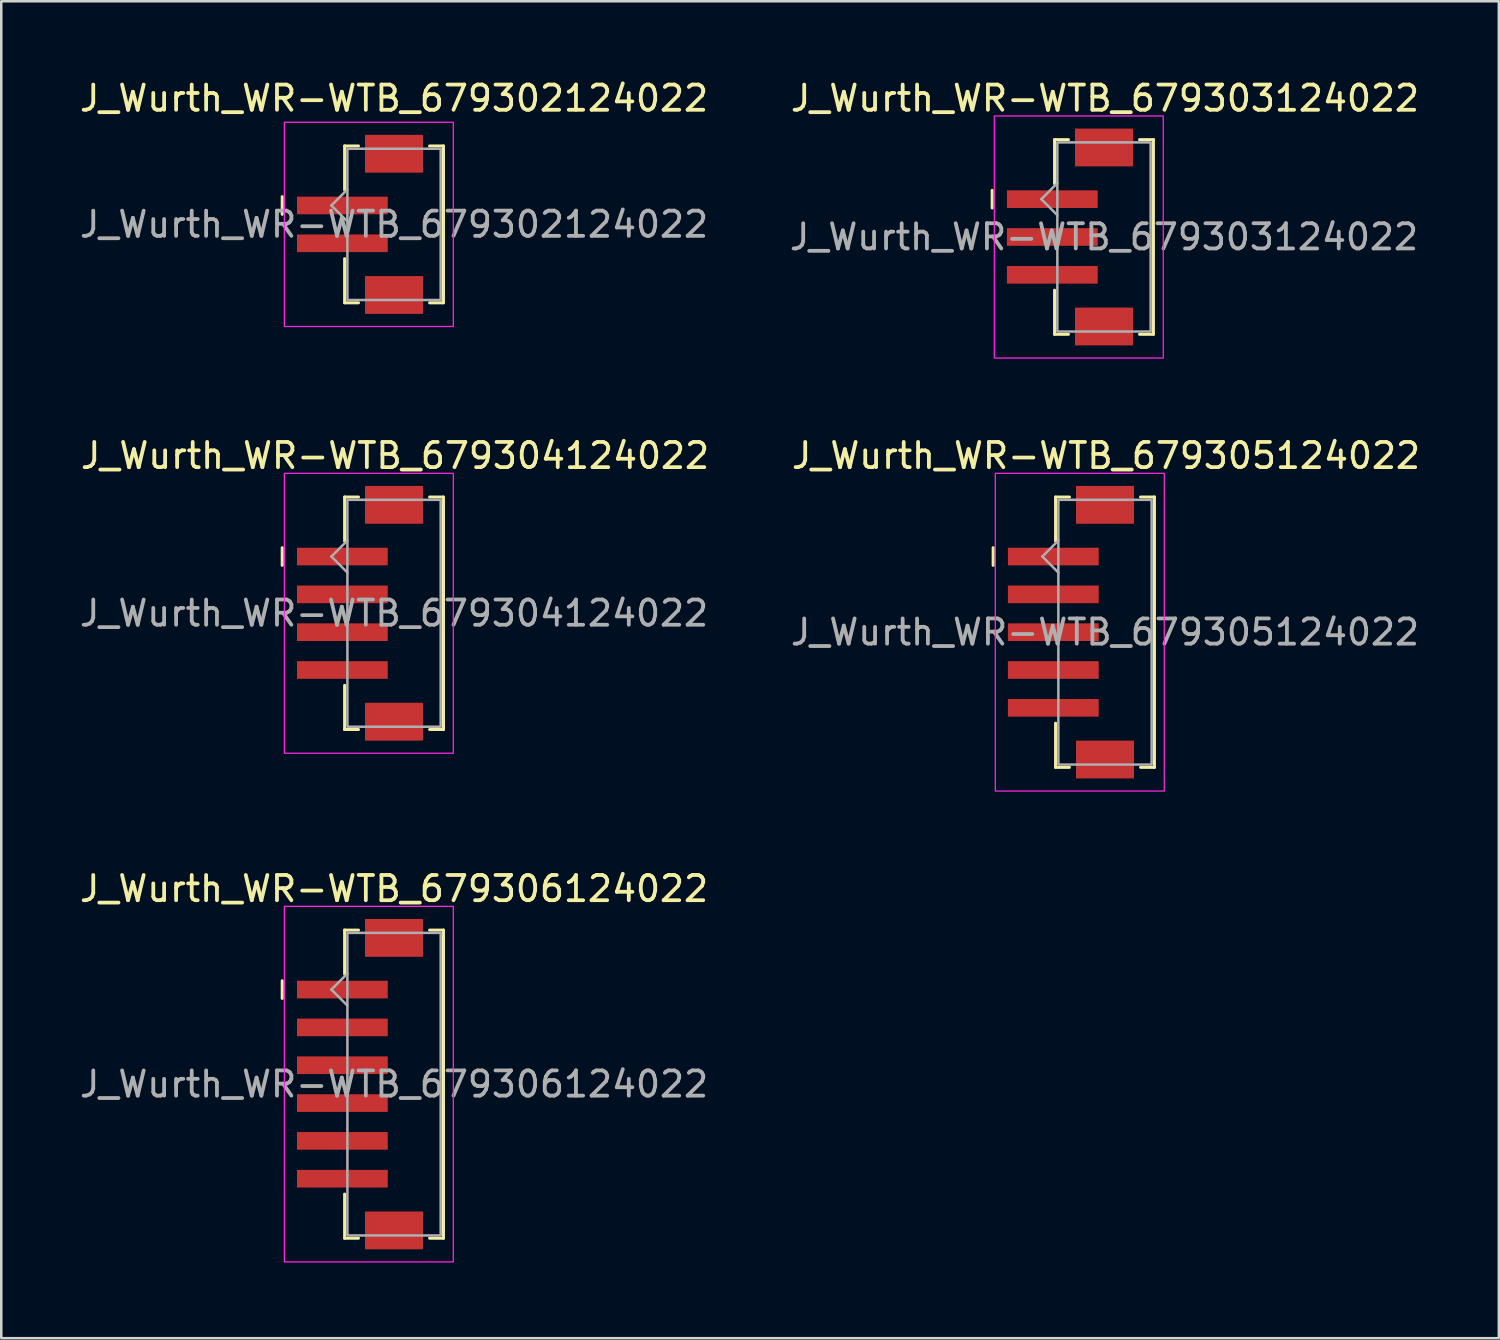
<source format=kicad_pcb>
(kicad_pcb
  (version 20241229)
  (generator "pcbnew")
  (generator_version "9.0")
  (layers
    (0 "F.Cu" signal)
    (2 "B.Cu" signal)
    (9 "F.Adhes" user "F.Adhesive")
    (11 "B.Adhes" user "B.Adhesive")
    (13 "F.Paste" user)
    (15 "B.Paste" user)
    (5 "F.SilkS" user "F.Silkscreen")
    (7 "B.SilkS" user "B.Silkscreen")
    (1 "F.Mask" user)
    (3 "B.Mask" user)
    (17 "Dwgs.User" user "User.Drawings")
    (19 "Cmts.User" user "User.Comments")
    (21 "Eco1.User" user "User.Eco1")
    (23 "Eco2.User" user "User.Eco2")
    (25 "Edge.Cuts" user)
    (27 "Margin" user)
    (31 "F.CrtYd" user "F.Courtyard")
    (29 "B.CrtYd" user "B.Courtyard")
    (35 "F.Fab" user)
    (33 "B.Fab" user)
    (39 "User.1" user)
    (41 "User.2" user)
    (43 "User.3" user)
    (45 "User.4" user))
  (footprint "J_Wurth_WR-WTB_679304124022"
    (layer "F.Cu")
    (at 12.577 21.271)
    (property "Reference" "J_Wurth_WR-WTB_679304124022" (at 0.04 -6.25 0) (unlocked yes) (layer "F.SilkS") (effects (font (size 1 1) (thickness 0.15))))
    (attr smd)
    (fp_line (start -4.435 -1.9) (end -4.435 -2.6) (stroke (width 0.12) (type solid)) (layer "F.SilkS"))
    (fp_line (start -1.96 -4.61) (end -1.41 -4.61) (stroke (width 0.12) (type solid)) (layer "F.SilkS"))
    (fp_line (start -1.96 -2.86) (end -1.96 -4.61) (stroke (width 0.12) (type solid)) (layer "F.SilkS"))
    (fp_line (start -1.96 4.61) (end -1.96 2.86) (stroke (width 0.12) (type solid)) (layer "F.SilkS"))
    (fp_line (start -1.96 4.61) (end -1.41 4.61) (stroke (width 0.12) (type solid)) (layer "F.SilkS"))
    (fp_line (start 1.41 -4.61) (end 1.96 -4.61) (stroke (width 0.12) (type solid)) (layer "F.SilkS"))
    (fp_line (start 1.96 -4.61) (end 1.96 4.61) (stroke (width 0.12) (type default)) (layer "F.SilkS"))
    (fp_line (start 1.96 4.61) (end 1.41 4.61) (stroke (width 0.12) (type solid)) (layer "F.SilkS"))
    (fp_rect (start -4.35 -5.55) (end 2.35 5.55) (stroke (width 0.05) (type solid)) (fill no) (layer "F.CrtYd"))
    (fp_line (start -2.485 -2.25) (end -1.85 -1.615) (stroke (width 0.1) (type default)) (layer "F.Fab"))
    (fp_line (start -1.85 -2.885) (end -2.485 -2.25) (stroke (width 0.1) (type default)) (layer "F.Fab"))
    (fp_rect (start -1.85 -4.5) (end 1.85 4.5) (stroke (width 0.1) (type solid)) (fill no) (layer "F.Fab"))
    (fp_text user "${REFERENCE}" (at 0 0 0) (unlocked yes) (layer "F.Fab") (effects (font (size 1 1) (thickness 0.15))))
    (pad "1" smd rect (at -2.05 -2.25 270) (size 0.7 3.6) (layers "F.Cu" "F.Mask" "F.Paste"))
    (pad "2" smd rect (at -2.05 -0.75 270) (size 0.7 3.6) (layers "F.Cu" "F.Mask" "F.Paste"))
    (pad "3" smd rect (at -2.05 0.75 270) (size 0.7 3.6) (layers "F.Cu" "F.Mask" "F.Paste"))
    (pad "4" smd rect (at -2.05 2.25 270) (size 0.7 3.6) (layers "F.Cu" "F.Mask" "F.Paste"))
    (pad "MP1" smd rect (at 0 4.3 270) (size 1.5 2.3) (layers "F.Cu" "F.Mask" "F.Paste"))
    (pad "MP2" smd rect (at 0 -4.3 270) (size 1.5 2.3) (layers "F.Cu" "F.Mask" "F.Paste")))
  (footprint "J_Wurth_WR-WTB_679302124022"
    (layer "F.Cu")
    (at 12.577 5.848)
    (property "Reference" "J_Wurth_WR-WTB_679302124022" (at 0 -5 0) (unlocked yes) (layer "F.SilkS") (effects (font (size 1 1) (thickness 0.15))))
    (attr smd)
    (fp_line (start -4.435 -0.4) (end -4.435 -1.1) (stroke (width 0.12) (type solid)) (layer "F.SilkS"))
    (fp_line (start -1.96 -3.11) (end -1.41 -3.11) (stroke (width 0.12) (type solid)) (layer "F.SilkS"))
    (fp_line (start -1.96 -1.36) (end -1.96 -3.11) (stroke (width 0.12) (type solid)) (layer "F.SilkS"))
    (fp_line (start -1.96 3.11) (end -1.96 1.36) (stroke (width 0.12) (type solid)) (layer "F.SilkS"))
    (fp_line (start -1.96 3.11) (end -1.41 3.11) (stroke (width 0.12) (type solid)) (layer "F.SilkS"))
    (fp_line (start 1.41 -3.11) (end 1.96 -3.11) (stroke (width 0.12) (type solid)) (layer "F.SilkS"))
    (fp_line (start 1.96 -3.11) (end 1.96 3.11) (stroke (width 0.12) (type default)) (layer "F.SilkS"))
    (fp_line (start 1.96 3.11) (end 1.41 3.11) (stroke (width 0.12) (type solid)) (layer "F.SilkS"))
    (fp_rect (start -4.35 -4.05) (end 2.35 4.05) (stroke (width 0.05) (type solid)) (fill no) (layer "F.CrtYd"))
    (fp_line (start -2.485 -0.75) (end -1.85 -0.115) (stroke (width 0.1) (type default)) (layer "F.Fab"))
    (fp_line (start -1.85 -1.385) (end -2.485 -0.75) (stroke (width 0.1) (type default)) (layer "F.Fab"))
    (fp_rect (start -1.85 -3) (end 1.85 3) (stroke (width 0.1) (type solid)) (fill no) (layer "F.Fab"))
    (fp_text user "${REFERENCE}" (at 0 0 0) (unlocked yes) (layer "F.Fab") (effects (font (size 1 1) (thickness 0.15))))
    (pad "1" smd rect (at -2.05 -0.75 270) (size 0.7 3.6) (layers "F.Cu" "F.Mask" "F.Paste"))
    (pad "2" smd rect (at -2.05 0.75 270) (size 0.7 3.6) (layers "F.Cu" "F.Mask" "F.Paste"))
    (pad "MP1" smd rect (at 0 2.8 270) (size 1.5 2.3) (layers "F.Cu" "F.Mask" "F.Paste"))
    (pad "MP2" smd rect (at 0 -2.8 270) (size 1.5 2.3) (layers "F.Cu" "F.Mask" "F.Paste")))
  (footprint "J_Wurth_WR-WTB_679305124022"
    (layer "F.Cu")
    (at 40.772 22.021)
    (property "Reference" "J_Wurth_WR-WTB_679305124022" (at 0.04 -7 0) (unlocked yes) (layer "F.SilkS") (effects (font (size 1 1) (thickness 0.15))))
    (attr smd)
    (fp_line (start -4.435 -2.65) (end -4.435 -3.35) (stroke (width 0.12) (type solid)) (layer "F.SilkS"))
    (fp_line (start -1.96 -5.36) (end -1.41 -5.36) (stroke (width 0.12) (type solid)) (layer "F.SilkS"))
    (fp_line (start -1.96 -3.61) (end -1.96 -5.36) (stroke (width 0.12) (type solid)) (layer "F.SilkS"))
    (fp_line (start -1.96 5.36) (end -1.96 3.61) (stroke (width 0.12) (type solid)) (layer "F.SilkS"))
    (fp_line (start -1.96 5.36) (end -1.41 5.36) (stroke (width 0.12) (type solid)) (layer "F.SilkS"))
    (fp_line (start 1.41 -5.36) (end 1.96 -5.36) (stroke (width 0.12) (type solid)) (layer "F.SilkS"))
    (fp_line (start 1.96 -5.36) (end 1.96 5.36) (stroke (width 0.12) (type default)) (layer "F.SilkS"))
    (fp_line (start 1.96 5.36) (end 1.41 5.36) (stroke (width 0.12) (type solid)) (layer "F.SilkS"))
    (fp_rect (start -4.35 -6.3) (end 2.35 6.3) (stroke (width 0.05) (type solid)) (fill no) (layer "F.CrtYd"))
    (fp_line (start -2.485 -3) (end -1.85 -2.365) (stroke (width 0.1) (type default)) (layer "F.Fab"))
    (fp_line (start -1.85 -3.635) (end -2.485 -3) (stroke (width 0.1) (type default)) (layer "F.Fab"))
    (fp_rect (start -1.85 -5.25) (end 1.85 5.25) (stroke (width 0.1) (type solid)) (fill no) (layer "F.Fab"))
    (fp_text user "${REFERENCE}" (at 0 0 0) (unlocked yes) (layer "F.Fab") (effects (font (size 1 1) (thickness 0.15))))
    (pad "1" smd rect (at -2.05 -3 270) (size 0.7 3.6) (layers "F.Cu" "F.Mask" "F.Paste"))
    (pad "2" smd rect (at -2.05 -1.5 270) (size 0.7 3.6) (layers "F.Cu" "F.Mask" "F.Paste"))
    (pad "3" smd rect (at -2.05 0 270) (size 0.7 3.6) (layers "F.Cu" "F.Mask" "F.Paste"))
    (pad "4" smd rect (at -2.05 1.5 270) (size 0.7 3.6) (layers "F.Cu" "F.Mask" "F.Paste"))
    (pad "5" smd rect (at -2.05 3 270) (size 0.7 3.6) (layers "F.Cu" "F.Mask" "F.Paste"))
    (pad "MP1" smd rect (at 0 5.05 270) (size 1.5 2.3) (layers "F.Cu" "F.Mask" "F.Paste"))
    (pad "MP2" smd rect (at 0 -5.05 270) (size 1.5 2.3) (layers "F.Cu" "F.Mask" "F.Paste")))
  (footprint "J_Wurth_WR-WTB_679306124022"
    (layer "F.Cu")
    (at 12.577 39.945)
    (property "Reference" "J_Wurth_WR-WTB_679306124022" (at 0 -7.75 0) (unlocked yes) (layer "F.SilkS") (effects (font (size 1 1) (thickness 0.15))))
    (attr smd)
    (fp_line (start -4.435 -3.4) (end -4.435 -4.1) (stroke (width 0.12) (type solid)) (layer "F.SilkS"))
    (fp_line (start -1.96 -6.11) (end -1.41 -6.11) (stroke (width 0.12) (type solid)) (layer "F.SilkS"))
    (fp_line (start -1.96 -4.36) (end -1.96 -6.11) (stroke (width 0.12) (type solid)) (layer "F.SilkS"))
    (fp_line (start -1.96 6.11) (end -1.96 4.36) (stroke (width 0.12) (type solid)) (layer "F.SilkS"))
    (fp_line (start -1.96 6.11) (end -1.41 6.11) (stroke (width 0.12) (type solid)) (layer "F.SilkS"))
    (fp_line (start 1.41 -6.11) (end 1.96 -6.11) (stroke (width 0.12) (type solid)) (layer "F.SilkS"))
    (fp_line (start 1.96 -6.11) (end 1.96 6.11) (stroke (width 0.12) (type default)) (layer "F.SilkS"))
    (fp_line (start 1.96 6.11) (end 1.41 6.11) (stroke (width 0.12) (type solid)) (layer "F.SilkS"))
    (fp_rect (start -4.35 -7.05) (end 2.35 7.05) (stroke (width 0.05) (type solid)) (fill no) (layer "F.CrtYd"))
    (fp_line (start -2.485 -3.75) (end -1.85 -3.115) (stroke (width 0.1) (type default)) (layer "F.Fab"))
    (fp_line (start -1.85 -4.385) (end -2.485 -3.75) (stroke (width 0.1) (type default)) (layer "F.Fab"))
    (fp_rect (start -1.85 -6) (end 1.85 6) (stroke (width 0.1) (type solid)) (fill no) (layer "F.Fab"))
    (fp_text user "${REFERENCE}" (at 0 0 0) (unlocked yes) (layer "F.Fab") (effects (font (size 1 1) (thickness 0.15))))
    (pad "1" smd rect (at -2.05 -3.75 270) (size 0.7 3.6) (layers "F.Cu" "F.Mask" "F.Paste"))
    (pad "2" smd rect (at -2.05 -2.25 270) (size 0.7 3.6) (layers "F.Cu" "F.Mask" "F.Paste"))
    (pad "3" smd rect (at -2.05 -0.75 270) (size 0.7 3.6) (layers "F.Cu" "F.Mask" "F.Paste"))
    (pad "4" smd rect (at -2.05 0.75 270) (size 0.7 3.6) (layers "F.Cu" "F.Mask" "F.Paste"))
    (pad "5" smd rect (at -2.05 2.25 270) (size 0.7 3.6) (layers "F.Cu" "F.Mask" "F.Paste"))
    (pad "6" smd rect (at -2.05 3.75 270) (size 0.7 3.6) (layers "F.Cu" "F.Mask" "F.Paste"))
    (pad "MP1" smd rect (at 0 5.8 270) (size 1.5 2.3) (layers "F.Cu" "F.Mask" "F.Paste"))
    (pad "MP2" smd rect (at 0 -5.8 270) (size 1.5 2.3) (layers "F.Cu" "F.Mask" "F.Paste")))
  (footprint "J_Wurth_WR-WTB_679303124022"
    (layer "F.Cu")
    (at 40.732 6.348)
    (property "Reference" "J_Wurth_WR-WTB_679303124022" (at 0.04 -5.5 0) (unlocked yes) (layer "F.SilkS") (effects (font (size 1 1) (thickness 0.15))))
    (attr smd)
    (fp_line (start -4.435 -1.15) (end -4.435 -1.85) (stroke (width 0.12) (type solid)) (layer "F.SilkS"))
    (fp_line (start -1.96 -3.86) (end -1.41 -3.86) (stroke (width 0.12) (type solid)) (layer "F.SilkS"))
    (fp_line (start -1.96 -2.11) (end -1.96 -3.86) (stroke (width 0.12) (type solid)) (layer "F.SilkS"))
    (fp_line (start -1.96 3.86) (end -1.96 2.11) (stroke (width 0.12) (type solid)) (layer "F.SilkS"))
    (fp_line (start -1.96 3.86) (end -1.41 3.86) (stroke (width 0.12) (type solid)) (layer "F.SilkS"))
    (fp_line (start 1.41 -3.86) (end 1.96 -3.86) (stroke (width 0.12) (type solid)) (layer "F.SilkS"))
    (fp_line (start 1.96 -3.86) (end 1.96 3.86) (stroke (width 0.12) (type default)) (layer "F.SilkS"))
    (fp_line (start 1.96 3.86) (end 1.41 3.86) (stroke (width 0.12) (type solid)) (layer "F.SilkS"))
    (fp_rect (start -4.35 -4.8) (end 2.35 4.8) (stroke (width 0.05) (type solid)) (fill no) (layer "F.CrtYd"))
    (fp_line (start -2.485 -1.5) (end -1.85 -0.865) (stroke (width 0.1) (type default)) (layer "F.Fab"))
    (fp_line (start -1.85 -2.135) (end -2.485 -1.5) (stroke (width 0.1) (type default)) (layer "F.Fab"))
    (fp_rect (start -1.85 -3.75) (end 1.85 3.75) (stroke (width 0.1) (type solid)) (fill no) (layer "F.Fab"))
    (fp_text user "${REFERENCE}" (at 0 0 0) (unlocked yes) (layer "F.Fab") (effects (font (size 1 1) (thickness 0.15))))
    (pad "1" smd rect (at -2.05 -1.5 270) (size 0.7 3.6) (layers "F.Cu" "F.Mask" "F.Paste"))
    (pad "2" smd rect (at -2.05 0 270) (size 0.7 3.6) (layers "F.Cu" "F.Mask" "F.Paste"))
    (pad "3" smd rect (at -2.05 1.5 270) (size 0.7 3.6) (layers "F.Cu" "F.Mask" "F.Paste"))
    (pad "MP1" smd rect (at 0 3.55 270) (size 1.5 2.3) (layers "F.Cu" "F.Mask" "F.Paste"))
    (pad "MP2" smd rect (at 0 -3.55 270) (size 1.5 2.3) (layers "F.Cu" "F.Mask" "F.Paste")))
  (gr_rect
    (start -3 -3)
    (end 56.39 50.02)
    (stroke (width 0.1) (type default))
    (fill no)
    (layer "Edge.Cuts")))
</source>
